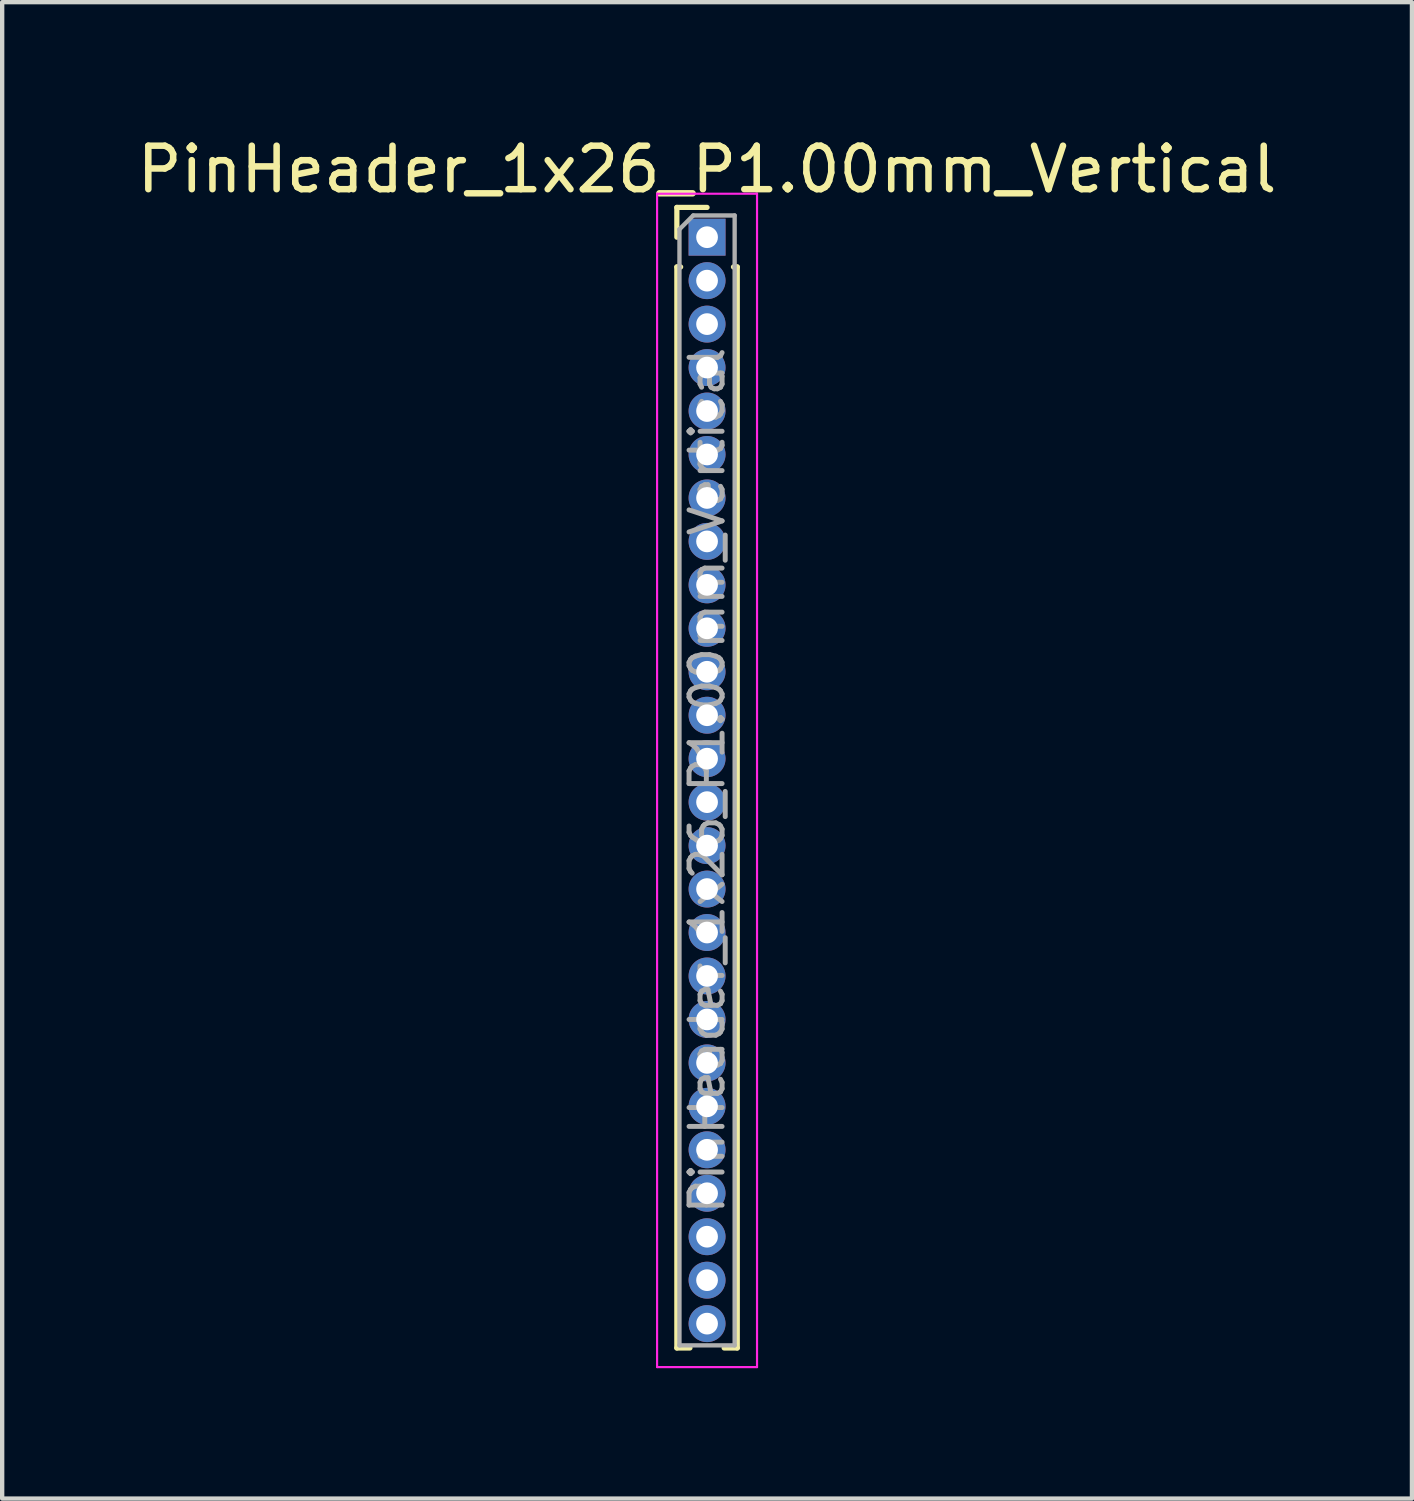
<source format=kicad_pcb>
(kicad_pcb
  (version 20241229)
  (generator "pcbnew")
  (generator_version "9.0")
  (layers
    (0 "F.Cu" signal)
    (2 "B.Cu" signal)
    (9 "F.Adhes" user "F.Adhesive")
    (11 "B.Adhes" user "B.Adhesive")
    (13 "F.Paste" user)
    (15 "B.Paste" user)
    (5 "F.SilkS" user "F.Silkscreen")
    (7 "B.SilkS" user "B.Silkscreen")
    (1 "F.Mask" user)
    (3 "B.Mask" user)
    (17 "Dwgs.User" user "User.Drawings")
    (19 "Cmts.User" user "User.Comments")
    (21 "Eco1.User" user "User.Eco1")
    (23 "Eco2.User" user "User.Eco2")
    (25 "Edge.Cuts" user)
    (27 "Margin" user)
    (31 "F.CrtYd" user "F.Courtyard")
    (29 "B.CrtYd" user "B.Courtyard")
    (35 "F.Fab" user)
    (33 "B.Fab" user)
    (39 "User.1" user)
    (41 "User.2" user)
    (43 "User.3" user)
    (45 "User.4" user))
  (footprint "PinHeader_1x26_P1.00mm_Vertical"
    (layer "F.Cu")
    (at 13.22 2.408)
    (property "Reference" "PinHeader_1x26_P1.00mm_Vertical" (at 0 -1.56 0) (layer "F.SilkS") (effects (font (size 1 1) (thickness 0.15))))
    (attr through_hole)
    (fp_line (start -0.695 -0.685) (end 0 -0.685) (stroke (width 0.12) (type solid)) (layer "F.SilkS"))
    (fp_line (start -0.695 0) (end -0.695 -0.685) (stroke (width 0.12) (type solid)) (layer "F.SilkS"))
    (fp_line (start -0.695 0.685) (end -0.695 25.56) (stroke (width 0.12) (type solid)) (layer "F.SilkS"))
    (fp_line (start -0.695 0.685) (end -0.608 0.685) (stroke (width 0.12) (type solid)) (layer "F.SilkS"))
    (fp_line (start -0.695 25.56) (end -0.394 25.56) (stroke (width 0.12) (type solid)) (layer "F.SilkS"))
    (fp_line (start 0.394 25.56) (end 0.695 25.56) (stroke (width 0.12) (type solid)) (layer "F.SilkS"))
    (fp_line (start 0.608 0.685) (end 0.695 0.685) (stroke (width 0.12) (type solid)) (layer "F.SilkS"))
    (fp_line (start 0.695 0.685) (end 0.695 25.56) (stroke (width 0.12) (type solid)) (layer "F.SilkS"))
    (fp_line (start -1.15 -1) (end -1.15 26) (stroke (width 0.05) (type solid)) (layer "F.CrtYd"))
    (fp_line (start -1.15 26) (end 1.15 26) (stroke (width 0.05) (type solid)) (layer "F.CrtYd"))
    (fp_line (start 1.15 -1) (end -1.15 -1) (stroke (width 0.05) (type solid)) (layer "F.CrtYd"))
    (fp_line (start 1.15 26) (end 1.15 -1) (stroke (width 0.05) (type solid)) (layer "F.CrtYd"))
    (fp_line (start -0.635 -0.182) (end -0.318 -0.5) (stroke (width 0.1) (type solid)) (layer "F.Fab"))
    (fp_line (start -0.635 25.5) (end -0.635 -0.182) (stroke (width 0.1) (type solid)) (layer "F.Fab"))
    (fp_line (start -0.318 -0.5) (end 0.635 -0.5) (stroke (width 0.1) (type solid)) (layer "F.Fab"))
    (fp_line (start 0.635 -0.5) (end 0.635 25.5) (stroke (width 0.1) (type solid)) (layer "F.Fab"))
    (fp_line (start 0.635 25.5) (end -0.635 25.5) (stroke (width 0.1) (type solid)) (layer "F.Fab"))
    (fp_text user "${REFERENCE}" (at 0 12.5 90) (layer "F.Fab") (effects (font (size 0.76 0.76) (thickness 0.114))))
    (pad "1" thru_hole rect (at 0 0) (size 0.85 0.85) (drill 0.5) (layers "*.Cu" "*.Mask"))
    (pad "2" thru_hole oval (at 0 1) (size 0.85 0.85) (drill 0.5) (layers "*.Cu" "*.Mask"))
    (pad "3" thru_hole oval (at 0 2) (size 0.85 0.85) (drill 0.5) (layers "*.Cu" "*.Mask"))
    (pad "4" thru_hole oval (at 0 3) (size 0.85 0.85) (drill 0.5) (layers "*.Cu" "*.Mask"))
    (pad "5" thru_hole oval (at 0 4) (size 0.85 0.85) (drill 0.5) (layers "*.Cu" "*.Mask"))
    (pad "6" thru_hole oval (at 0 5) (size 0.85 0.85) (drill 0.5) (layers "*.Cu" "*.Mask"))
    (pad "7" thru_hole oval (at 0 6) (size 0.85 0.85) (drill 0.5) (layers "*.Cu" "*.Mask"))
    (pad "8" thru_hole oval (at 0 7) (size 0.85 0.85) (drill 0.5) (layers "*.Cu" "*.Mask"))
    (pad "9" thru_hole oval (at 0 8) (size 0.85 0.85) (drill 0.5) (layers "*.Cu" "*.Mask"))
    (pad "10" thru_hole oval (at 0 9) (size 0.85 0.85) (drill 0.5) (layers "*.Cu" "*.Mask"))
    (pad "11" thru_hole oval (at 0 10) (size 0.85 0.85) (drill 0.5) (layers "*.Cu" "*.Mask"))
    (pad "12" thru_hole oval (at 0 11) (size 0.85 0.85) (drill 0.5) (layers "*.Cu" "*.Mask"))
    (pad "13" thru_hole oval (at 0 12) (size 0.85 0.85) (drill 0.5) (layers "*.Cu" "*.Mask"))
    (pad "14" thru_hole oval (at 0 13) (size 0.85 0.85) (drill 0.5) (layers "*.Cu" "*.Mask"))
    (pad "15" thru_hole oval (at 0 14) (size 0.85 0.85) (drill 0.5) (layers "*.Cu" "*.Mask"))
    (pad "16" thru_hole oval (at 0 15) (size 0.85 0.85) (drill 0.5) (layers "*.Cu" "*.Mask"))
    (pad "17" thru_hole oval (at 0 16) (size 0.85 0.85) (drill 0.5) (layers "*.Cu" "*.Mask"))
    (pad "18" thru_hole oval (at 0 17) (size 0.85 0.85) (drill 0.5) (layers "*.Cu" "*.Mask"))
    (pad "19" thru_hole oval (at 0 18) (size 0.85 0.85) (drill 0.5) (layers "*.Cu" "*.Mask"))
    (pad "20" thru_hole oval (at 0 19) (size 0.85 0.85) (drill 0.5) (layers "*.Cu" "*.Mask"))
    (pad "21" thru_hole oval (at 0 20) (size 0.85 0.85) (drill 0.5) (layers "*.Cu" "*.Mask"))
    (pad "22" thru_hole oval (at 0 21) (size 0.85 0.85) (drill 0.5) (layers "*.Cu" "*.Mask"))
    (pad "23" thru_hole oval (at 0 22) (size 0.85 0.85) (drill 0.5) (layers "*.Cu" "*.Mask"))
    (pad "24" thru_hole oval (at 0 23) (size 0.85 0.85) (drill 0.5) (layers "*.Cu" "*.Mask"))
    (pad "25" thru_hole oval (at 0 24) (size 0.85 0.85) (drill 0.5) (layers "*.Cu" "*.Mask"))
    (pad "26" thru_hole oval (at 0 25) (size 0.85 0.85) (drill 0.5) (layers "*.Cu" "*.Mask")))
  (gr_rect
    (start -3 -3)
    (end 29.44 31.433)
    (stroke (width 0.1) (type default))
    (fill no)
    (layer "Edge.Cuts")))
</source>
